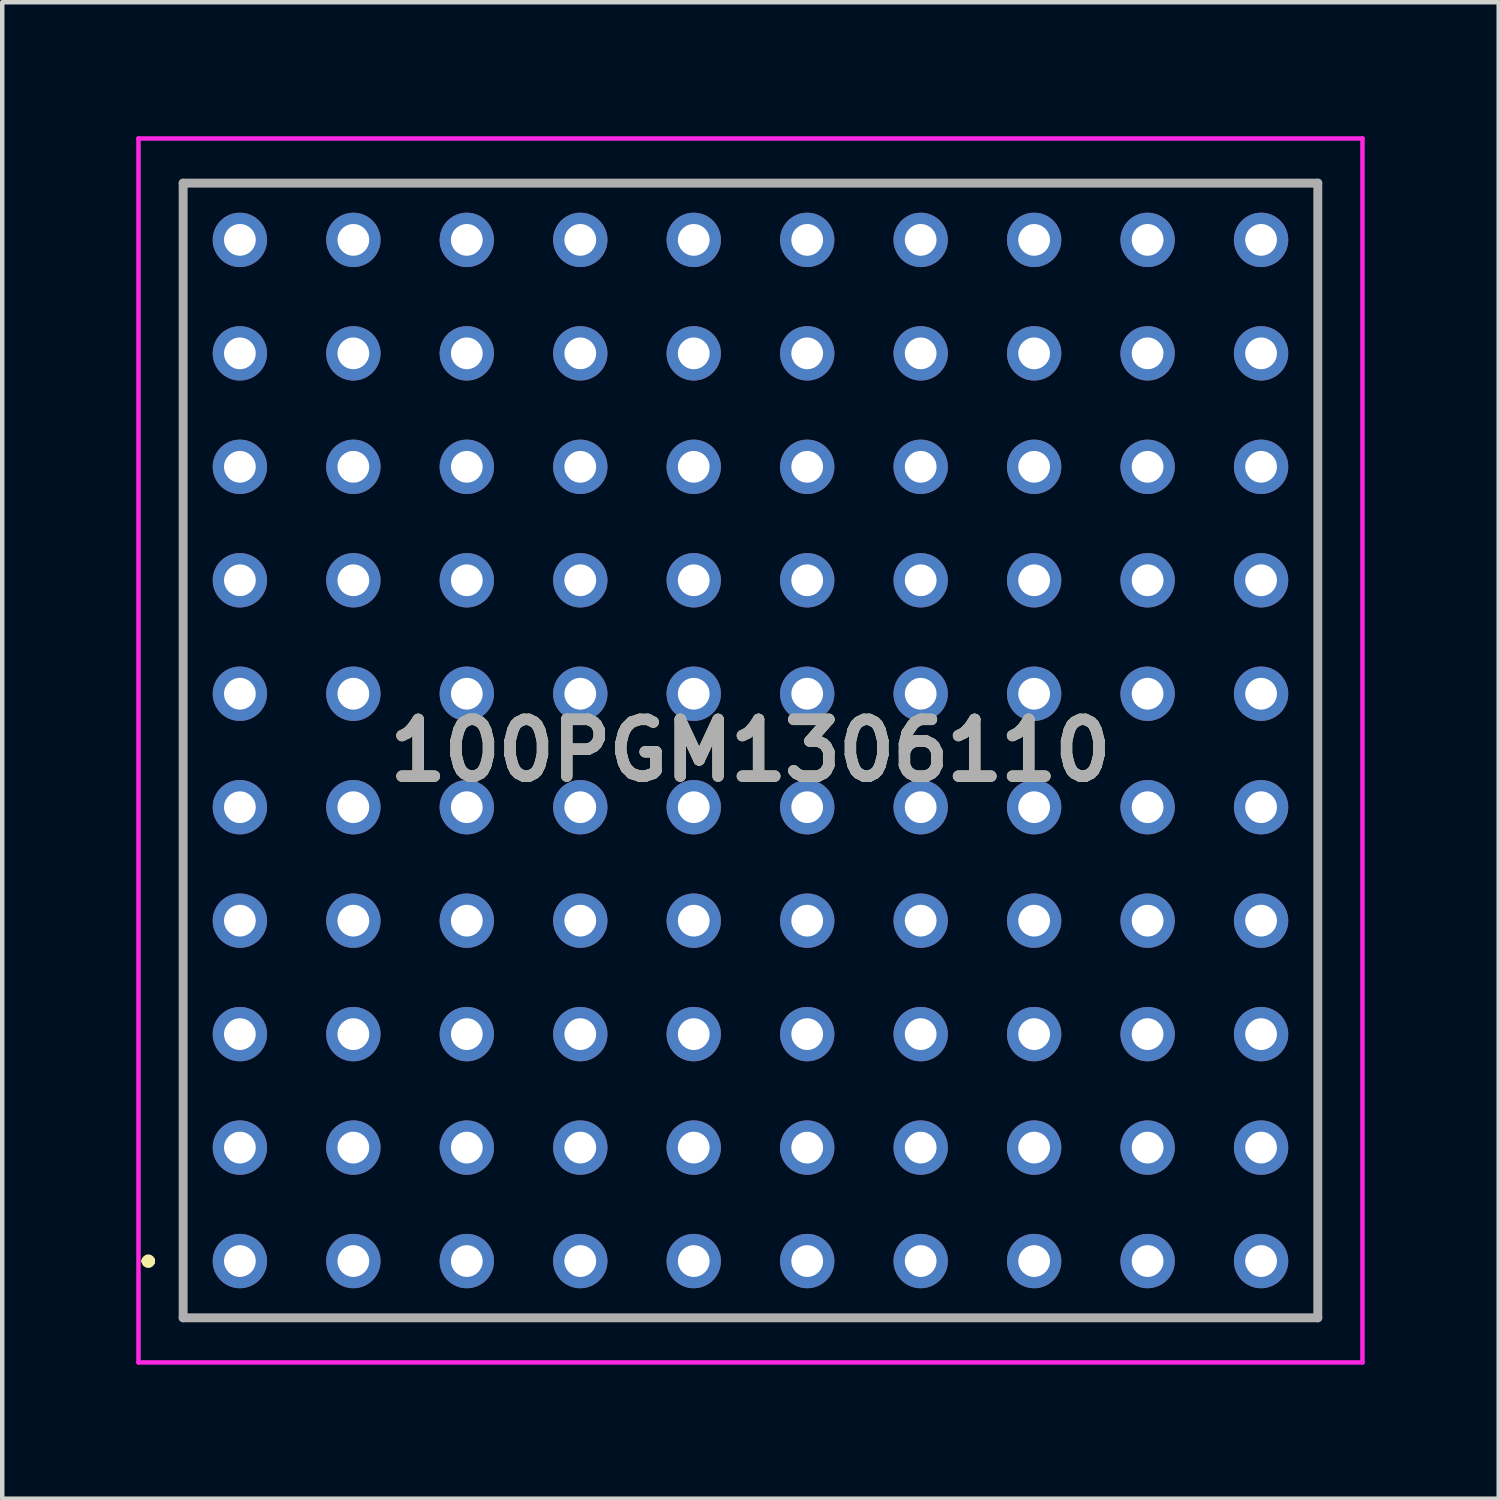
<source format=kicad_pcb>
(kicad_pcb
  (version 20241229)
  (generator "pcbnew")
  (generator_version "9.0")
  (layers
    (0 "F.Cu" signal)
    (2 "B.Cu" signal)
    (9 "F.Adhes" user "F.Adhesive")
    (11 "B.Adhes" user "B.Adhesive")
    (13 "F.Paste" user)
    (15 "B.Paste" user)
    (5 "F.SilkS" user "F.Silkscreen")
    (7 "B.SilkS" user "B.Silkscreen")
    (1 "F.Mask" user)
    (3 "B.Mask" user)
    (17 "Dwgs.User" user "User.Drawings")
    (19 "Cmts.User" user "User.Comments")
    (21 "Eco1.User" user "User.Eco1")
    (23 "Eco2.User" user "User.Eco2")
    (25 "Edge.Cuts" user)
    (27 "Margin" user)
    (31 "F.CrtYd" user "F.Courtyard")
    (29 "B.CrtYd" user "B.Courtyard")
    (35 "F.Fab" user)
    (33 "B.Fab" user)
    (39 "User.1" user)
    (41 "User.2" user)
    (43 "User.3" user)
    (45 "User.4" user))
  (footprint "100PGM1306110"
    (layer "F.Cu")
    (at 2.32 25.18)
    (property "Reference" "100PGM1306110" (at 11.43 -11.43 0) (layer "F.SilkS") (effects (font (size 1.27 1.27) (thickness 0.254))))
    (attr through_hole)
    (fp_line (start -2.1 0) (end -2.1 0) (stroke (width 0.2) (type solid)) (layer "F.SilkS"))
    (fp_line (start -2.1 0) (end -2.1 0) (stroke (width 0.2) (type solid)) (layer "F.SilkS"))
    (fp_line (start -2 0) (end -2 0) (stroke (width 0.2) (type solid)) (layer "F.SilkS"))
    (fp_line (start -1.27 -24.13) (end 24.13 -24.13) (stroke (width 0.1) (type solid)) (layer "F.SilkS"))
    (fp_line (start -1.27 1.27) (end -1.27 -24.13) (stroke (width 0.1) (type solid)) (layer "F.SilkS"))
    (fp_line (start 24.13 -24.13) (end 24.13 1.27) (stroke (width 0.1) (type solid)) (layer "F.SilkS"))
    (fp_line (start 24.13 1.27) (end -1.27 1.27) (stroke (width 0.1) (type solid)) (layer "F.SilkS"))
    (fp_arc (start -2.1 0) (mid -2.05 -0.05) (end -2 0) (stroke (width 0.2) (type solid)) (layer "F.SilkS"))
    (fp_arc (start -2 0) (mid -2.05 0.05) (end -2.1 0) (stroke (width 0.2) (type solid)) (layer "F.SilkS"))
    (fp_arc (start -2 0) (mid -2.05 0.05) (end -2.1 0) (stroke (width 0.2) (type solid)) (layer "F.SilkS"))
    (fp_line (start -2.27 -25.13) (end 25.13 -25.13) (stroke (width 0.1) (type solid)) (layer "F.CrtYd"))
    (fp_line (start -2.27 2.27) (end -2.27 -25.13) (stroke (width 0.1) (type solid)) (layer "F.CrtYd"))
    (fp_line (start 25.13 -25.13) (end 25.13 2.27) (stroke (width 0.1) (type solid)) (layer "F.CrtYd"))
    (fp_line (start 25.13 2.27) (end -2.27 2.27) (stroke (width 0.1) (type solid)) (layer "F.CrtYd"))
    (fp_line (start -1.27 -24.13) (end -1.27 1.27) (stroke (width 0.2) (type solid)) (layer "F.Fab"))
    (fp_line (start -1.27 1.27) (end 24.13 1.27) (stroke (width 0.2) (type solid)) (layer "F.Fab"))
    (fp_line (start 24.13 -24.13) (end -1.27 -24.13) (stroke (width 0.2) (type solid)) (layer "F.Fab"))
    (fp_line (start 24.13 1.27) (end 24.13 -24.13) (stroke (width 0.2) (type solid)) (layer "F.Fab"))
    (fp_text user "${REFERENCE}" (at 11.43 -11.43 0) (layer "F.Fab") (effects (font (size 1.27 1.27) (thickness 0.254))))
    (pad "A1" thru_hole circle (at 0 0) (size 1.217 1.217) (drill 0.71) (layers "*.Cu" "*.Mask"))
    (pad "A2" thru_hole circle (at 2.54 0) (size 1.217 1.217) (drill 0.71) (layers "*.Cu" "*.Mask"))
    (pad "A3" thru_hole circle (at 5.08 0) (size 1.217 1.217) (drill 0.71) (layers "*.Cu" "*.Mask"))
    (pad "A4" thru_hole circle (at 7.62 0) (size 1.217 1.217) (drill 0.71) (layers "*.Cu" "*.Mask"))
    (pad "A5" thru_hole circle (at 10.16 0) (size 1.217 1.217) (drill 0.71) (layers "*.Cu" "*.Mask"))
    (pad "A6" thru_hole circle (at 12.7 0) (size 1.217 1.217) (drill 0.71) (layers "*.Cu" "*.Mask"))
    (pad "A7" thru_hole circle (at 15.24 0) (size 1.217 1.217) (drill 0.71) (layers "*.Cu" "*.Mask"))
    (pad "A8" thru_hole circle (at 17.78 0) (size 1.217 1.217) (drill 0.71) (layers "*.Cu" "*.Mask"))
    (pad "A9" thru_hole circle (at 20.32 0) (size 1.217 1.217) (drill 0.71) (layers "*.Cu" "*.Mask"))
    (pad "A10" thru_hole circle (at 22.86 0) (size 1.217 1.217) (drill 0.71) (layers "*.Cu" "*.Mask"))
    (pad "B1" thru_hole circle (at 0 -2.54) (size 1.217 1.217) (drill 0.71) (layers "*.Cu" "*.Mask"))
    (pad "B2" thru_hole circle (at 2.54 -2.54) (size 1.217 1.217) (drill 0.71) (layers "*.Cu" "*.Mask"))
    (pad "B3" thru_hole circle (at 5.08 -2.54) (size 1.217 1.217) (drill 0.71) (layers "*.Cu" "*.Mask"))
    (pad "B4" thru_hole circle (at 7.62 -2.54) (size 1.217 1.217) (drill 0.71) (layers "*.Cu" "*.Mask"))
    (pad "B5" thru_hole circle (at 10.16 -2.54) (size 1.217 1.217) (drill 0.71) (layers "*.Cu" "*.Mask"))
    (pad "B6" thru_hole circle (at 12.7 -2.54) (size 1.217 1.217) (drill 0.71) (layers "*.Cu" "*.Mask"))
    (pad "B7" thru_hole circle (at 15.24 -2.54) (size 1.217 1.217) (drill 0.71) (layers "*.Cu" "*.Mask"))
    (pad "B8" thru_hole circle (at 17.78 -2.54) (size 1.217 1.217) (drill 0.71) (layers "*.Cu" "*.Mask"))
    (pad "B9" thru_hole circle (at 20.32 -2.54) (size 1.217 1.217) (drill 0.71) (layers "*.Cu" "*.Mask"))
    (pad "B10" thru_hole circle (at 22.86 -2.54) (size 1.217 1.217) (drill 0.71) (layers "*.Cu" "*.Mask"))
    (pad "C1" thru_hole circle (at 0 -5.08) (size 1.217 1.217) (drill 0.71) (layers "*.Cu" "*.Mask"))
    (pad "C2" thru_hole circle (at 2.54 -5.08) (size 1.217 1.217) (drill 0.71) (layers "*.Cu" "*.Mask"))
    (pad "C3" thru_hole circle (at 5.08 -5.08) (size 1.217 1.217) (drill 0.71) (layers "*.Cu" "*.Mask"))
    (pad "C4" thru_hole circle (at 7.62 -5.08) (size 1.217 1.217) (drill 0.71) (layers "*.Cu" "*.Mask"))
    (pad "C5" thru_hole circle (at 10.16 -5.08) (size 1.217 1.217) (drill 0.71) (layers "*.Cu" "*.Mask"))
    (pad "C6" thru_hole circle (at 12.7 -5.08) (size 1.217 1.217) (drill 0.71) (layers "*.Cu" "*.Mask"))
    (pad "C7" thru_hole circle (at 15.24 -5.08) (size 1.217 1.217) (drill 0.71) (layers "*.Cu" "*.Mask"))
    (pad "C8" thru_hole circle (at 17.78 -5.08) (size 1.217 1.217) (drill 0.71) (layers "*.Cu" "*.Mask"))
    (pad "C9" thru_hole circle (at 20.32 -5.08) (size 1.217 1.217) (drill 0.71) (layers "*.Cu" "*.Mask"))
    (pad "C10" thru_hole circle (at 22.86 -5.08) (size 1.217 1.217) (drill 0.71) (layers "*.Cu" "*.Mask"))
    (pad "D1" thru_hole circle (at 0 -7.62) (size 1.217 1.217) (drill 0.71) (layers "*.Cu" "*.Mask"))
    (pad "D2" thru_hole circle (at 2.54 -7.62) (size 1.217 1.217) (drill 0.71) (layers "*.Cu" "*.Mask"))
    (pad "D3" thru_hole circle (at 5.08 -7.62) (size 1.217 1.217) (drill 0.71) (layers "*.Cu" "*.Mask"))
    (pad "D4" thru_hole circle (at 7.62 -7.62) (size 1.217 1.217) (drill 0.71) (layers "*.Cu" "*.Mask"))
    (pad "D5" thru_hole circle (at 10.16 -7.62) (size 1.217 1.217) (drill 0.71) (layers "*.Cu" "*.Mask"))
    (pad "D6" thru_hole circle (at 12.7 -7.62) (size 1.217 1.217) (drill 0.71) (layers "*.Cu" "*.Mask"))
    (pad "D7" thru_hole circle (at 15.24 -7.62) (size 1.217 1.217) (drill 0.71) (layers "*.Cu" "*.Mask"))
    (pad "D8" thru_hole circle (at 17.78 -7.62) (size 1.217 1.217) (drill 0.71) (layers "*.Cu" "*.Mask"))
    (pad "D9" thru_hole circle (at 20.32 -7.62) (size 1.217 1.217) (drill 0.71) (layers "*.Cu" "*.Mask"))
    (pad "D10" thru_hole circle (at 22.86 -7.62) (size 1.217 1.217) (drill 0.71) (layers "*.Cu" "*.Mask"))
    (pad "E1" thru_hole circle (at 0 -10.16) (size 1.217 1.217) (drill 0.71) (layers "*.Cu" "*.Mask"))
    (pad "E2" thru_hole circle (at 2.54 -10.16) (size 1.217 1.217) (drill 0.71) (layers "*.Cu" "*.Mask"))
    (pad "E3" thru_hole circle (at 5.08 -10.16) (size 1.217 1.217) (drill 0.71) (layers "*.Cu" "*.Mask"))
    (pad "E4" thru_hole circle (at 7.62 -10.16) (size 1.217 1.217) (drill 0.71) (layers "*.Cu" "*.Mask"))
    (pad "E5" thru_hole circle (at 10.16 -10.16) (size 1.217 1.217) (drill 0.71) (layers "*.Cu" "*.Mask"))
    (pad "E6" thru_hole circle (at 12.7 -10.16) (size 1.217 1.217) (drill 0.71) (layers "*.Cu" "*.Mask"))
    (pad "E7" thru_hole circle (at 15.24 -10.16) (size 1.217 1.217) (drill 0.71) (layers "*.Cu" "*.Mask"))
    (pad "E8" thru_hole circle (at 17.78 -10.16) (size 1.217 1.217) (drill 0.71) (layers "*.Cu" "*.Mask"))
    (pad "E9" thru_hole circle (at 20.32 -10.16) (size 1.217 1.217) (drill 0.71) (layers "*.Cu" "*.Mask"))
    (pad "E10" thru_hole circle (at 22.86 -10.16) (size 1.217 1.217) (drill 0.71) (layers "*.Cu" "*.Mask"))
    (pad "F1" thru_hole circle (at 0 -12.7) (size 1.217 1.217) (drill 0.71) (layers "*.Cu" "*.Mask"))
    (pad "F2" thru_hole circle (at 2.54 -12.7) (size 1.217 1.217) (drill 0.71) (layers "*.Cu" "*.Mask"))
    (pad "F3" thru_hole circle (at 5.08 -12.7) (size 1.217 1.217) (drill 0.71) (layers "*.Cu" "*.Mask"))
    (pad "F4" thru_hole circle (at 7.62 -12.7) (size 1.217 1.217) (drill 0.71) (layers "*.Cu" "*.Mask"))
    (pad "F5" thru_hole circle (at 10.16 -12.7) (size 1.217 1.217) (drill 0.71) (layers "*.Cu" "*.Mask"))
    (pad "F6" thru_hole circle (at 12.7 -12.7) (size 1.217 1.217) (drill 0.71) (layers "*.Cu" "*.Mask"))
    (pad "F7" thru_hole circle (at 15.24 -12.7) (size 1.217 1.217) (drill 0.71) (layers "*.Cu" "*.Mask"))
    (pad "F8" thru_hole circle (at 17.78 -12.7) (size 1.217 1.217) (drill 0.71) (layers "*.Cu" "*.Mask"))
    (pad "F9" thru_hole circle (at 20.32 -12.7) (size 1.217 1.217) (drill 0.71) (layers "*.Cu" "*.Mask"))
    (pad "F10" thru_hole circle (at 22.86 -12.7) (size 1.217 1.217) (drill 0.71) (layers "*.Cu" "*.Mask"))
    (pad "G1" thru_hole circle (at 0 -15.24) (size 1.217 1.217) (drill 0.71) (layers "*.Cu" "*.Mask"))
    (pad "G2" thru_hole circle (at 2.54 -15.24) (size 1.217 1.217) (drill 0.71) (layers "*.Cu" "*.Mask"))
    (pad "G3" thru_hole circle (at 5.08 -15.24) (size 1.217 1.217) (drill 0.71) (layers "*.Cu" "*.Mask"))
    (pad "G4" thru_hole circle (at 7.62 -15.24) (size 1.217 1.217) (drill 0.71) (layers "*.Cu" "*.Mask"))
    (pad "G5" thru_hole circle (at 10.16 -15.24) (size 1.217 1.217) (drill 0.71) (layers "*.Cu" "*.Mask"))
    (pad "G6" thru_hole circle (at 12.7 -15.24) (size 1.217 1.217) (drill 0.71) (layers "*.Cu" "*.Mask"))
    (pad "G7" thru_hole circle (at 15.24 -15.24) (size 1.217 1.217) (drill 0.71) (layers "*.Cu" "*.Mask"))
    (pad "G8" thru_hole circle (at 17.78 -15.24) (size 1.217 1.217) (drill 0.71) (layers "*.Cu" "*.Mask"))
    (pad "G9" thru_hole circle (at 20.32 -15.24) (size 1.217 1.217) (drill 0.71) (layers "*.Cu" "*.Mask"))
    (pad "G10" thru_hole circle (at 22.86 -15.24) (size 1.217 1.217) (drill 0.71) (layers "*.Cu" "*.Mask"))
    (pad "H1" thru_hole circle (at 0 -17.78) (size 1.217 1.217) (drill 0.71) (layers "*.Cu" "*.Mask"))
    (pad "H2" thru_hole circle (at 2.54 -17.78) (size 1.217 1.217) (drill 0.71) (layers "*.Cu" "*.Mask"))
    (pad "H3" thru_hole circle (at 5.08 -17.78) (size 1.217 1.217) (drill 0.71) (layers "*.Cu" "*.Mask"))
    (pad "H4" thru_hole circle (at 7.62 -17.78) (size 1.217 1.217) (drill 0.71) (layers "*.Cu" "*.Mask"))
    (pad "H5" thru_hole circle (at 10.16 -17.78) (size 1.217 1.217) (drill 0.71) (layers "*.Cu" "*.Mask"))
    (pad "H6" thru_hole circle (at 12.7 -17.78) (size 1.217 1.217) (drill 0.71) (layers "*.Cu" "*.Mask"))
    (pad "H7" thru_hole circle (at 15.24 -17.78) (size 1.217 1.217) (drill 0.71) (layers "*.Cu" "*.Mask"))
    (pad "H8" thru_hole circle (at 17.78 -17.78) (size 1.217 1.217) (drill 0.71) (layers "*.Cu" "*.Mask"))
    (pad "H9" thru_hole circle (at 20.32 -17.78) (size 1.217 1.217) (drill 0.71) (layers "*.Cu" "*.Mask"))
    (pad "H10" thru_hole circle (at 22.86 -17.78) (size 1.217 1.217) (drill 0.71) (layers "*.Cu" "*.Mask"))
    (pad "J1" thru_hole circle (at 0 -20.32) (size 1.217 1.217) (drill 0.71) (layers "*.Cu" "*.Mask"))
    (pad "J2" thru_hole circle (at 2.54 -20.32) (size 1.217 1.217) (drill 0.71) (layers "*.Cu" "*.Mask"))
    (pad "J3" thru_hole circle (at 5.08 -20.32) (size 1.217 1.217) (drill 0.71) (layers "*.Cu" "*.Mask"))
    (pad "J4" thru_hole circle (at 7.62 -20.32) (size 1.217 1.217) (drill 0.71) (layers "*.Cu" "*.Mask"))
    (pad "J5" thru_hole circle (at 10.16 -20.32) (size 1.217 1.217) (drill 0.71) (layers "*.Cu" "*.Mask"))
    (pad "J6" thru_hole circle (at 12.7 -20.32) (size 1.217 1.217) (drill 0.71) (layers "*.Cu" "*.Mask"))
    (pad "J7" thru_hole circle (at 15.24 -20.32) (size 1.217 1.217) (drill 0.71) (layers "*.Cu" "*.Mask"))
    (pad "J8" thru_hole circle (at 17.78 -20.32) (size 1.217 1.217) (drill 0.71) (layers "*.Cu" "*.Mask"))
    (pad "J9" thru_hole circle (at 20.32 -20.32) (size 1.217 1.217) (drill 0.71) (layers "*.Cu" "*.Mask"))
    (pad "J10" thru_hole circle (at 22.86 -20.32) (size 1.217 1.217) (drill 0.71) (layers "*.Cu" "*.Mask"))
    (pad "K1" thru_hole circle (at 0 -22.86) (size 1.217 1.217) (drill 0.71) (layers "*.Cu" "*.Mask"))
    (pad "K2" thru_hole circle (at 2.54 -22.86) (size 1.217 1.217) (drill 0.71) (layers "*.Cu" "*.Mask"))
    (pad "K3" thru_hole circle (at 5.08 -22.86) (size 1.217 1.217) (drill 0.71) (layers "*.Cu" "*.Mask"))
    (pad "K4" thru_hole circle (at 7.62 -22.86) (size 1.217 1.217) (drill 0.71) (layers "*.Cu" "*.Mask"))
    (pad "K5" thru_hole circle (at 10.16 -22.86) (size 1.217 1.217) (drill 0.71) (layers "*.Cu" "*.Mask"))
    (pad "K6" thru_hole circle (at 12.7 -22.86) (size 1.217 1.217) (drill 0.71) (layers "*.Cu" "*.Mask"))
    (pad "K7" thru_hole circle (at 15.24 -22.86) (size 1.217 1.217) (drill 0.71) (layers "*.Cu" "*.Mask"))
    (pad "K8" thru_hole circle (at 17.78 -22.86) (size 1.217 1.217) (drill 0.71) (layers "*.Cu" "*.Mask"))
    (pad "K9" thru_hole circle (at 20.32 -22.86) (size 1.217 1.217) (drill 0.71) (layers "*.Cu" "*.Mask"))
    (pad "K10" thru_hole circle (at 22.86 -22.86) (size 1.217 1.217) (drill 0.71) (layers "*.Cu" "*.Mask")))
  (gr_rect
    (start -3 -3)
    (end 30.5 30.5)
    (stroke (width 0.1) (type default))
    (fill no)
    (layer "Edge.Cuts")))
</source>
